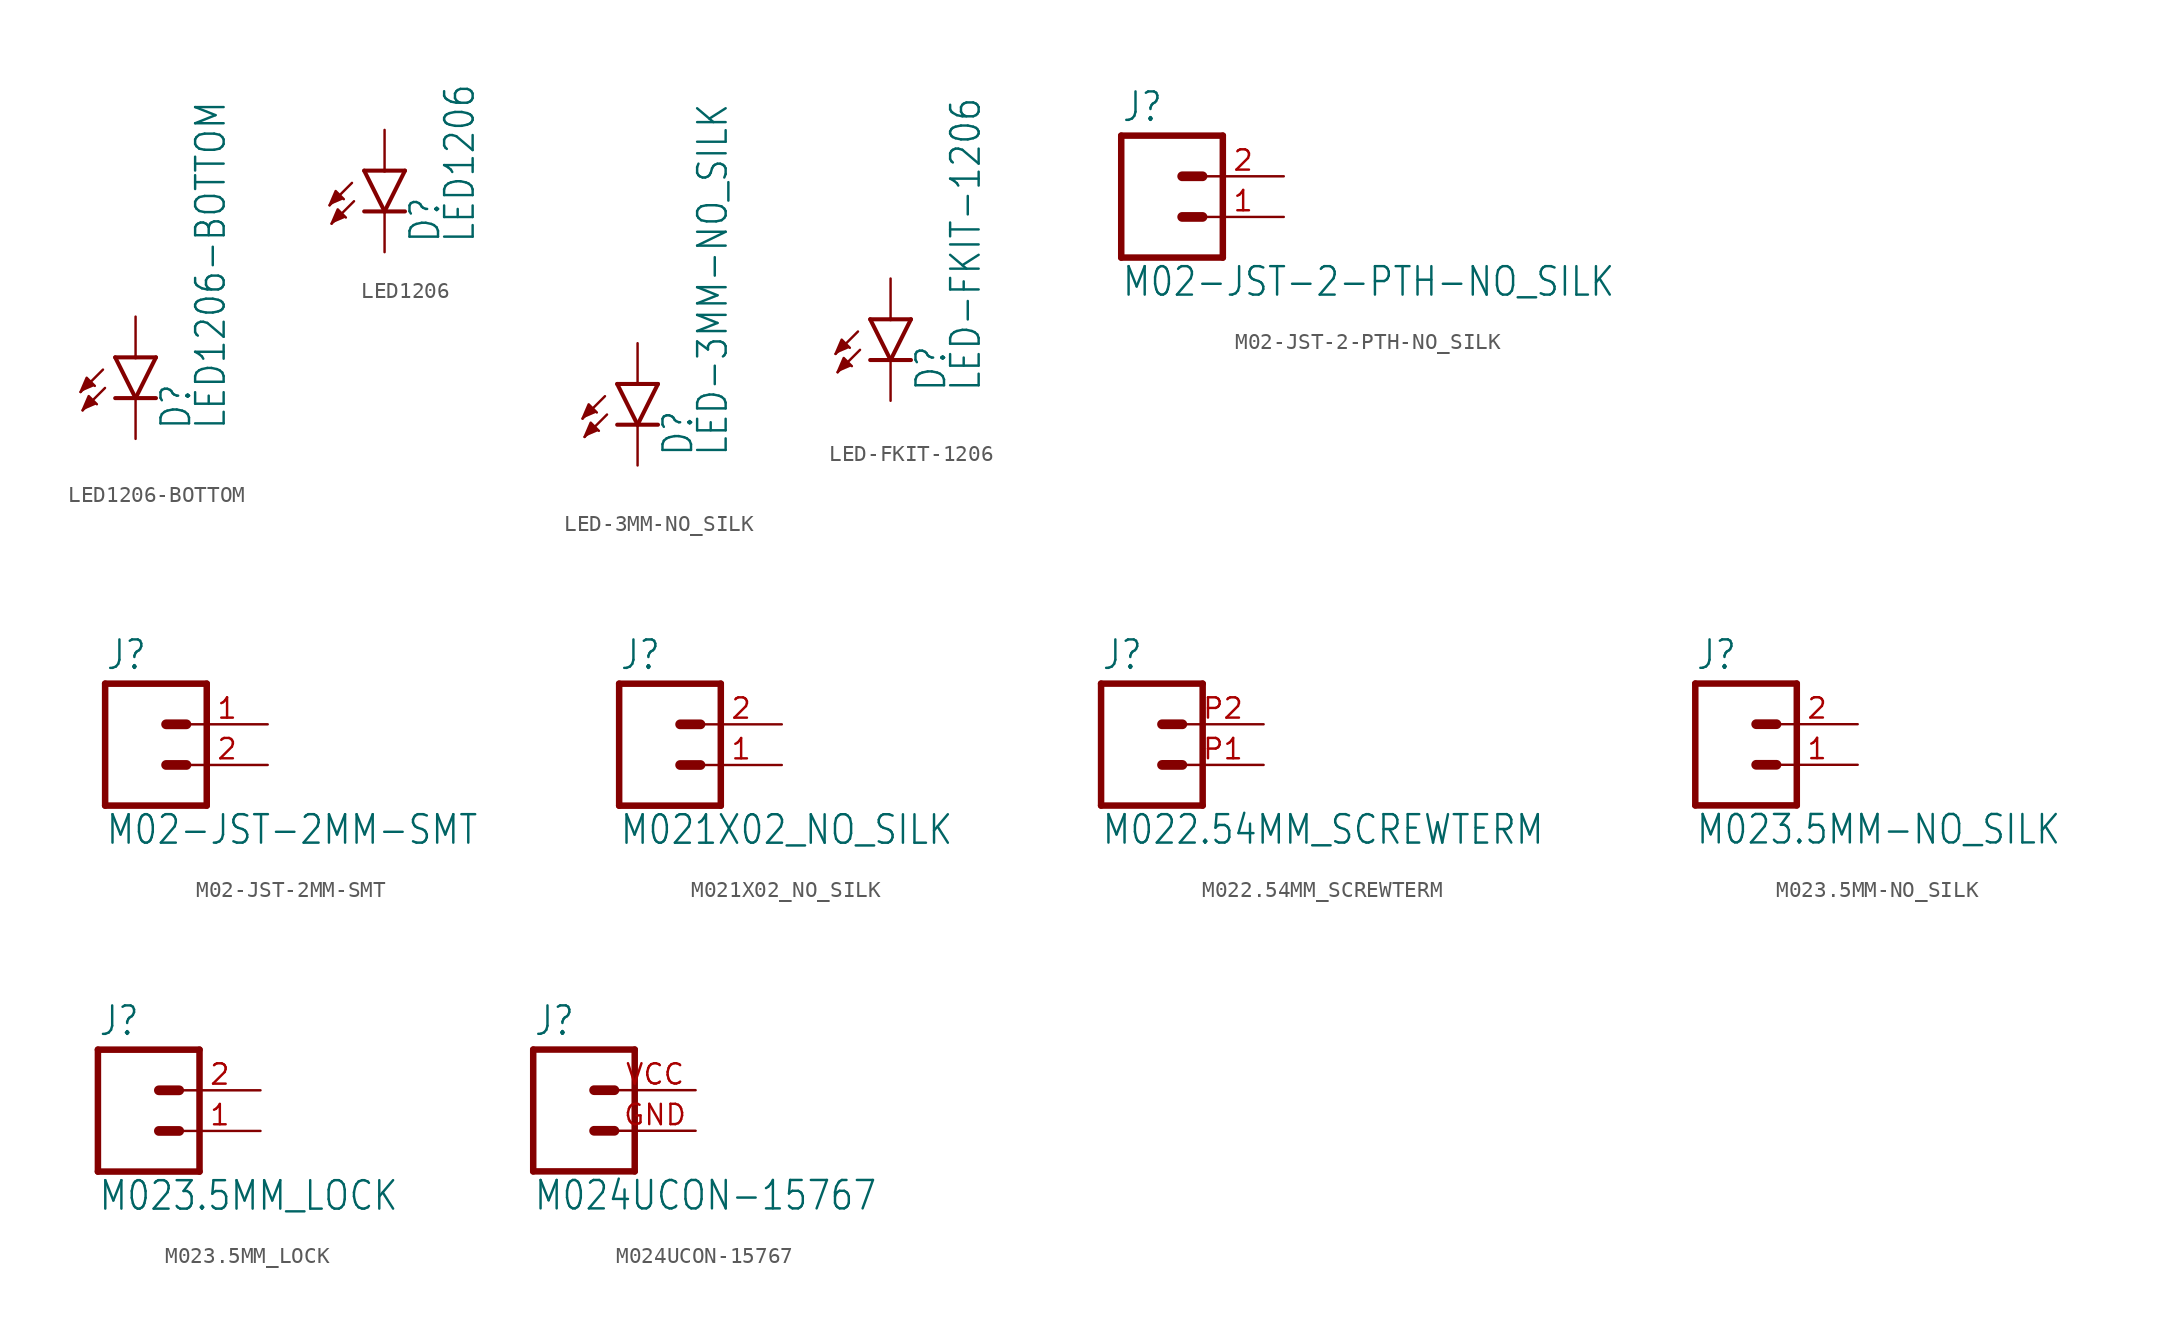
<source format=kicad_sym>
(kicad_symbol_lib
  (version 20220914)
  (generator kicad_symbol_editor)
  (symbol "LED1206-BOTTOM"
    (property "Reference" "D"
      (at 3.556 -4.572 90)
      (effects (font (size 1.778 1.511)) (justify left bottom)))
    (property "Value" "LED1206-BOTTOM"
      (at 5.715 -4.572 90)
      (effects (font (size 1.778 1.511)) (justify left bottom)))
    (property "ki_locked" ""
      (at 0 0 0)
      (effects (font (size 1.27 1.27))))
    (symbol "LED1206-BOTTOM_1_0"
      (polyline (pts (xy -2.032 -0.762) (xy -3.429 -2.159)) (stroke (width 0.152) (type default)) (fill (type none)))
      (polyline (pts (xy -1.905 -1.905) (xy -3.302 -3.302)) (stroke (width 0.152) (type default)) (fill (type none)))
      (polyline (pts (xy 0 -2.54) (xy -1.27 -2.54)) (stroke (width 0.254) (type default)) (fill (type none)))
      (polyline (pts (xy 0 -2.54) (xy -1.27 0)) (stroke (width 0.254) (type default)) (fill (type none)))
      (polyline (pts (xy 0 0) (xy -1.27 0)) (stroke (width 0.254) (type default)) (fill (type none)))
      (polyline (pts (xy 1.27 -2.54) (xy 0 -2.54)) (stroke (width 0.254) (type default)) (fill (type none)))
      (polyline (pts (xy 1.27 0) (xy 0 -2.54)) (stroke (width 0.254) (type default)) (fill (type none)))
      (polyline (pts (xy 1.27 0) (xy 0 0)) (stroke (width 0.254) (type default)) (fill (type none)))
      (polyline (pts (xy -3.429 -2.159) (xy -3.048 -1.27) (xy -2.54 -1.778)) (stroke (width 0) (type default)) (fill (type outline)))
      (polyline (pts (xy -3.302 -3.302) (xy -2.921 -2.413) (xy -2.413 -2.921)) (stroke (width 0) (type default)) (fill (type outline)))
      (pin passive line (at 0 2.54 270) (length 2.54) (name "A" (effects (font (size 0 0)))) (number "A" (effects (font (size 0 0)))))
      (pin passive line (at 0 -5.08 90) (length 2.54) (name "C" (effects (font (size 0 0)))) (number "C" (effects (font (size 0 0)))))))
  (symbol "LED1206"
    (property "Reference" "D"
      (at 3.556 -4.572 90)
      (effects (font (size 1.778 1.511)) (justify left bottom)))
    (property "Value" "LED1206"
      (at 5.715 -4.572 90)
      (effects (font (size 1.778 1.511)) (justify left bottom)))
    (property "ki_locked" ""
      (at 0 0 0)
      (effects (font (size 1.27 1.27))))
    (symbol "LED1206_1_0"
      (polyline (pts (xy -2.032 -0.762) (xy -3.429 -2.159)) (stroke (width 0.152) (type default)) (fill (type none)))
      (polyline (pts (xy -1.905 -1.905) (xy -3.302 -3.302)) (stroke (width 0.152) (type default)) (fill (type none)))
      (polyline (pts (xy 0 -2.54) (xy -1.27 -2.54)) (stroke (width 0.254) (type default)) (fill (type none)))
      (polyline (pts (xy 0 -2.54) (xy -1.27 0)) (stroke (width 0.254) (type default)) (fill (type none)))
      (polyline (pts (xy 0 0) (xy -1.27 0)) (stroke (width 0.254) (type default)) (fill (type none)))
      (polyline (pts (xy 1.27 -2.54) (xy 0 -2.54)) (stroke (width 0.254) (type default)) (fill (type none)))
      (polyline (pts (xy 1.27 0) (xy 0 -2.54)) (stroke (width 0.254) (type default)) (fill (type none)))
      (polyline (pts (xy 1.27 0) (xy 0 0)) (stroke (width 0.254) (type default)) (fill (type none)))
      (polyline (pts (xy -3.429 -2.159) (xy -3.048 -1.27) (xy -2.54 -1.778)) (stroke (width 0) (type default)) (fill (type outline)))
      (polyline (pts (xy -3.302 -3.302) (xy -2.921 -2.413) (xy -2.413 -2.921)) (stroke (width 0) (type default)) (fill (type outline)))
      (pin passive line (at 0 2.54 270) (length 2.54) (name "A" (effects (font (size 0 0)))) (number "A" (effects (font (size 0 0)))))
      (pin passive line (at 0 -5.08 90) (length 2.54) (name "C" (effects (font (size 0 0)))) (number "C" (effects (font (size 0 0)))))))
  (symbol "LED-3MM-NO_SILK"
    (property "Reference" "D"
      (at 3.556 -4.572 90)
      (effects (font (size 1.778 1.511)) (justify left bottom)))
    (property "Value" "LED-3MM-NO_SILK"
      (at 5.715 -4.572 90)
      (effects (font (size 1.778 1.511)) (justify left bottom)))
    (property "ki_locked" ""
      (at 0 0 0)
      (effects (font (size 1.27 1.27))))
    (symbol "LED-3MM-NO_SILK_1_0"
      (polyline (pts (xy -2.032 -0.762) (xy -3.429 -2.159)) (stroke (width 0.152) (type default)) (fill (type none)))
      (polyline (pts (xy -1.905 -1.905) (xy -3.302 -3.302)) (stroke (width 0.152) (type default)) (fill (type none)))
      (polyline (pts (xy 0 -2.54) (xy -1.27 -2.54)) (stroke (width 0.254) (type default)) (fill (type none)))
      (polyline (pts (xy 0 -2.54) (xy -1.27 0)) (stroke (width 0.254) (type default)) (fill (type none)))
      (polyline (pts (xy 0 0) (xy -1.27 0)) (stroke (width 0.254) (type default)) (fill (type none)))
      (polyline (pts (xy 1.27 -2.54) (xy 0 -2.54)) (stroke (width 0.254) (type default)) (fill (type none)))
      (polyline (pts (xy 1.27 0) (xy 0 -2.54)) (stroke (width 0.254) (type default)) (fill (type none)))
      (polyline (pts (xy 1.27 0) (xy 0 0)) (stroke (width 0.254) (type default)) (fill (type none)))
      (polyline (pts (xy -3.429 -2.159) (xy -3.048 -1.27) (xy -2.54 -1.778)) (stroke (width 0) (type default)) (fill (type outline)))
      (polyline (pts (xy -3.302 -3.302) (xy -2.921 -2.413) (xy -2.413 -2.921)) (stroke (width 0) (type default)) (fill (type outline)))
      (pin passive line (at 0 2.54 270) (length 2.54) (name "A" (effects (font (size 0 0)))) (number "A" (effects (font (size 0 0)))))
      (pin passive line (at 0 -5.08 90) (length 2.54) (name "C" (effects (font (size 0 0)))) (number "K" (effects (font (size 0 0)))))))
  (symbol "LED-FKIT-1206"
    (property "Reference" "D"
      (at 3.556 -4.572 90)
      (effects (font (size 1.778 1.511)) (justify left bottom)))
    (property "Value" "LED-FKIT-1206"
      (at 5.715 -4.572 90)
      (effects (font (size 1.778 1.511)) (justify left bottom)))
    (property "ki_locked" ""
      (at 0 0 0)
      (effects (font (size 1.27 1.27))))
    (symbol "LED-FKIT-1206_1_0"
      (polyline (pts (xy -2.032 -0.762) (xy -3.429 -2.159)) (stroke (width 0.152) (type default)) (fill (type none)))
      (polyline (pts (xy -1.905 -1.905) (xy -3.302 -3.302)) (stroke (width 0.152) (type default)) (fill (type none)))
      (polyline (pts (xy 0 -2.54) (xy -1.27 -2.54)) (stroke (width 0.254) (type default)) (fill (type none)))
      (polyline (pts (xy 0 -2.54) (xy -1.27 0)) (stroke (width 0.254) (type default)) (fill (type none)))
      (polyline (pts (xy 0 0) (xy -1.27 0)) (stroke (width 0.254) (type default)) (fill (type none)))
      (polyline (pts (xy 1.27 -2.54) (xy 0 -2.54)) (stroke (width 0.254) (type default)) (fill (type none)))
      (polyline (pts (xy 1.27 0) (xy 0 -2.54)) (stroke (width 0.254) (type default)) (fill (type none)))
      (polyline (pts (xy 1.27 0) (xy 0 0)) (stroke (width 0.254) (type default)) (fill (type none)))
      (polyline (pts (xy -3.429 -2.159) (xy -3.048 -1.27) (xy -2.54 -1.778)) (stroke (width 0) (type default)) (fill (type outline)))
      (polyline (pts (xy -3.302 -3.302) (xy -2.921 -2.413) (xy -2.413 -2.921)) (stroke (width 0) (type default)) (fill (type outline)))
      (pin passive line (at 0 2.54 270) (length 2.54) (name "A" (effects (font (size 0 0)))) (number "A" (effects (font (size 0 0)))))
      (pin passive line (at 0 -5.08 90) (length 2.54) (name "C" (effects (font (size 0 0)))) (number "C" (effects (font (size 0 0)))))))
  (symbol "M02-JST-2-PTH-NO_SILK"
    (property "Reference" "J"
      (at -2.54 5.842 0)
      (effects (font (size 1.778 1.511)) (justify left bottom)))
    (property "Value" "M02-JST-2-PTH-NO_SILK"
      (at -2.54 -5.08 0)
      (effects (font (size 1.778 1.511)) (justify left bottom)))
    (property "ki_locked" ""
      (at 0 0 0)
      (effects (font (size 1.27 1.27))))
    (symbol "M02-JST-2-PTH-NO_SILK_1_0"
      (polyline (pts (xy -2.54 5.08) (xy -2.54 -2.54)) (stroke (width 0.406) (type default)) (fill (type none)))
      (polyline (pts (xy -2.54 5.08) (xy 3.81 5.08)) (stroke (width 0.406) (type default)) (fill (type none)))
      (polyline (pts (xy 1.27 0) (xy 2.54 0)) (stroke (width 0.61) (type default)) (fill (type none)))
      (polyline (pts (xy 1.27 2.54) (xy 2.54 2.54)) (stroke (width 0.61) (type default)) (fill (type none)))
      (polyline (pts (xy 3.81 -2.54) (xy -2.54 -2.54)) (stroke (width 0.406) (type default)) (fill (type none)))
      (polyline (pts (xy 3.81 -2.54) (xy 3.81 5.08)) (stroke (width 0.406) (type default)) (fill (type none)))
      (pin passive line (at 7.62 0 180) (length 5.08) (name "1" (effects (font (size 0 0)))) (number "1" (effects (font (size 1.27 1.27)))))
      (pin passive line (at 7.62 2.54 180) (length 5.08) (name "2" (effects (font (size 0 0)))) (number "2" (effects (font (size 1.27 1.27)))))))
  (symbol "M02-JST-2MM-SMT"
    (property "Reference" "J"
      (at -2.54 5.842 0)
      (effects (font (size 1.778 1.511)) (justify left bottom)))
    (property "Value" "M02-JST-2MM-SMT"
      (at -2.54 -5.08 0)
      (effects (font (size 1.778 1.511)) (justify left bottom)))
    (property "ki_locked" ""
      (at 0 0 0)
      (effects (font (size 1.27 1.27))))
    (symbol "M02-JST-2MM-SMT_1_0"
      (polyline (pts (xy -2.54 5.08) (xy -2.54 -2.54)) (stroke (width 0.406) (type default)) (fill (type none)))
      (polyline (pts (xy -2.54 5.08) (xy 3.81 5.08)) (stroke (width 0.406) (type default)) (fill (type none)))
      (polyline (pts (xy 1.27 0) (xy 2.54 0)) (stroke (width 0.61) (type default)) (fill (type none)))
      (polyline (pts (xy 1.27 2.54) (xy 2.54 2.54)) (stroke (width 0.61) (type default)) (fill (type none)))
      (polyline (pts (xy 3.81 -2.54) (xy -2.54 -2.54)) (stroke (width 0.406) (type default)) (fill (type none)))
      (polyline (pts (xy 3.81 -2.54) (xy 3.81 5.08)) (stroke (width 0.406) (type default)) (fill (type none)))
      (pin passive line (at 7.62 2.54 180) (length 5.08) (name "2" (effects (font (size 0 0)))) (number "1" (effects (font (size 1.27 1.27)))))
      (pin passive line (at 7.62 0 180) (length 5.08) (name "1" (effects (font (size 0 0)))) (number "2" (effects (font (size 1.27 1.27)))))))
  (symbol "M021X02_NO_SILK"
    (property "Reference" "J"
      (at -2.54 5.842 0)
      (effects (font (size 1.778 1.511)) (justify left bottom)))
    (property "Value" "M021X02_NO_SILK"
      (at -2.54 -5.08 0)
      (effects (font (size 1.778 1.511)) (justify left bottom)))
    (property "ki_locked" ""
      (at 0 0 0)
      (effects (font (size 1.27 1.27))))
    (symbol "M021X02_NO_SILK_1_0"
      (polyline (pts (xy -2.54 5.08) (xy -2.54 -2.54)) (stroke (width 0.406) (type default)) (fill (type none)))
      (polyline (pts (xy -2.54 5.08) (xy 3.81 5.08)) (stroke (width 0.406) (type default)) (fill (type none)))
      (polyline (pts (xy 1.27 0) (xy 2.54 0)) (stroke (width 0.61) (type default)) (fill (type none)))
      (polyline (pts (xy 1.27 2.54) (xy 2.54 2.54)) (stroke (width 0.61) (type default)) (fill (type none)))
      (polyline (pts (xy 3.81 -2.54) (xy -2.54 -2.54)) (stroke (width 0.406) (type default)) (fill (type none)))
      (polyline (pts (xy 3.81 -2.54) (xy 3.81 5.08)) (stroke (width 0.406) (type default)) (fill (type none)))
      (pin passive line (at 7.62 0 180) (length 5.08) (name "1" (effects (font (size 0 0)))) (number "1" (effects (font (size 1.27 1.27)))))
      (pin passive line (at 7.62 2.54 180) (length 5.08) (name "2" (effects (font (size 0 0)))) (number "2" (effects (font (size 1.27 1.27)))))))
  (symbol "M022.54MM_SCREWTERM"
    (property "Reference" "J"
      (at -2.54 5.842 0)
      (effects (font (size 1.778 1.511)) (justify left bottom)))
    (property "Value" "M022.54MM_SCREWTERM"
      (at -2.54 -5.08 0)
      (effects (font (size 1.778 1.511)) (justify left bottom)))
    (property "ki_locked" ""
      (at 0 0 0)
      (effects (font (size 1.27 1.27))))
    (symbol "M022.54MM_SCREWTERM_1_0"
      (polyline (pts (xy -2.54 5.08) (xy -2.54 -2.54)) (stroke (width 0.406) (type default)) (fill (type none)))
      (polyline (pts (xy -2.54 5.08) (xy 3.81 5.08)) (stroke (width 0.406) (type default)) (fill (type none)))
      (polyline (pts (xy 1.27 0) (xy 2.54 0)) (stroke (width 0.61) (type default)) (fill (type none)))
      (polyline (pts (xy 1.27 2.54) (xy 2.54 2.54)) (stroke (width 0.61) (type default)) (fill (type none)))
      (polyline (pts (xy 3.81 -2.54) (xy -2.54 -2.54)) (stroke (width 0.406) (type default)) (fill (type none)))
      (polyline (pts (xy 3.81 -2.54) (xy 3.81 5.08)) (stroke (width 0.406) (type default)) (fill (type none)))
      (pin passive line (at 7.62 0 180) (length 5.08) (name "1" (effects (font (size 0 0)))) (number "P1" (effects (font (size 1.27 1.27)))))
      (pin passive line (at 7.62 2.54 180) (length 5.08) (name "2" (effects (font (size 0 0)))) (number "P2" (effects (font (size 1.27 1.27)))))))
  (symbol "M023.5MM-NO_SILK"
    (property "Reference" "J"
      (at -2.54 5.842 0)
      (effects (font (size 1.778 1.511)) (justify left bottom)))
    (property "Value" "M023.5MM-NO_SILK"
      (at -2.54 -5.08 0)
      (effects (font (size 1.778 1.511)) (justify left bottom)))
    (property "ki_locked" ""
      (at 0 0 0)
      (effects (font (size 1.27 1.27))))
    (symbol "M023.5MM-NO_SILK_1_0"
      (polyline (pts (xy -2.54 5.08) (xy -2.54 -2.54)) (stroke (width 0.406) (type default)) (fill (type none)))
      (polyline (pts (xy -2.54 5.08) (xy 3.81 5.08)) (stroke (width 0.406) (type default)) (fill (type none)))
      (polyline (pts (xy 1.27 0) (xy 2.54 0)) (stroke (width 0.61) (type default)) (fill (type none)))
      (polyline (pts (xy 1.27 2.54) (xy 2.54 2.54)) (stroke (width 0.61) (type default)) (fill (type none)))
      (polyline (pts (xy 3.81 -2.54) (xy -2.54 -2.54)) (stroke (width 0.406) (type default)) (fill (type none)))
      (polyline (pts (xy 3.81 -2.54) (xy 3.81 5.08)) (stroke (width 0.406) (type default)) (fill (type none)))
      (pin passive line (at 7.62 0 180) (length 5.08) (name "1" (effects (font (size 0 0)))) (number "1" (effects (font (size 1.27 1.27)))))
      (pin passive line (at 7.62 2.54 180) (length 5.08) (name "2" (effects (font (size 0 0)))) (number "2" (effects (font (size 1.27 1.27)))))))
  (symbol "M023.5MM_LOCK"
    (property "Reference" "J"
      (at -2.54 5.842 0)
      (effects (font (size 1.778 1.511)) (justify left bottom)))
    (property "Value" "M023.5MM_LOCK"
      (at -2.54 -5.08 0)
      (effects (font (size 1.778 1.511)) (justify left bottom)))
    (property "ki_locked" ""
      (at 0 0 0)
      (effects (font (size 1.27 1.27))))
    (symbol "M023.5MM_LOCK_1_0"
      (polyline (pts (xy -2.54 5.08) (xy -2.54 -2.54)) (stroke (width 0.406) (type default)) (fill (type none)))
      (polyline (pts (xy -2.54 5.08) (xy 3.81 5.08)) (stroke (width 0.406) (type default)) (fill (type none)))
      (polyline (pts (xy 1.27 0) (xy 2.54 0)) (stroke (width 0.61) (type default)) (fill (type none)))
      (polyline (pts (xy 1.27 2.54) (xy 2.54 2.54)) (stroke (width 0.61) (type default)) (fill (type none)))
      (polyline (pts (xy 3.81 -2.54) (xy -2.54 -2.54)) (stroke (width 0.406) (type default)) (fill (type none)))
      (polyline (pts (xy 3.81 -2.54) (xy 3.81 5.08)) (stroke (width 0.406) (type default)) (fill (type none)))
      (pin passive line (at 7.62 0 180) (length 5.08) (name "1" (effects (font (size 0 0)))) (number "1" (effects (font (size 1.27 1.27)))))
      (pin passive line (at 7.62 2.54 180) (length 5.08) (name "2" (effects (font (size 0 0)))) (number "2" (effects (font (size 1.27 1.27)))))))
  (symbol "M024UCON-15767"
    (property "Reference" "J"
      (at -2.54 5.842 0)
      (effects (font (size 1.778 1.511)) (justify left bottom)))
    (property "Value" "M024UCON-15767"
      (at -2.54 -5.08 0)
      (effects (font (size 1.778 1.511)) (justify left bottom)))
    (property "ki_locked" ""
      (at 0 0 0)
      (effects (font (size 1.27 1.27))))
    (symbol "M024UCON-15767_1_0"
      (polyline (pts (xy -2.54 5.08) (xy -2.54 -2.54)) (stroke (width 0.406) (type default)) (fill (type none)))
      (polyline (pts (xy -2.54 5.08) (xy 3.81 5.08)) (stroke (width 0.406) (type default)) (fill (type none)))
      (polyline (pts (xy 1.27 0) (xy 2.54 0)) (stroke (width 0.61) (type default)) (fill (type none)))
      (polyline (pts (xy 1.27 2.54) (xy 2.54 2.54)) (stroke (width 0.61) (type default)) (fill (type none)))
      (polyline (pts (xy 3.81 -2.54) (xy -2.54 -2.54)) (stroke (width 0.406) (type default)) (fill (type none)))
      (polyline (pts (xy 3.81 -2.54) (xy 3.81 5.08)) (stroke (width 0.406) (type default)) (fill (type none)))
      (pin passive line (at 7.62 0 180) (length 5.08) (name "1" (effects (font (size 0 0)))) (number "GND" (effects (font (size 1.27 1.27)))))
      (pin passive line (at 7.62 2.54 180) (length 5.08) (name "2" (effects (font (size 0 0)))) (number "VCC" (effects (font (size 1.27 1.27))))))))
</source>
